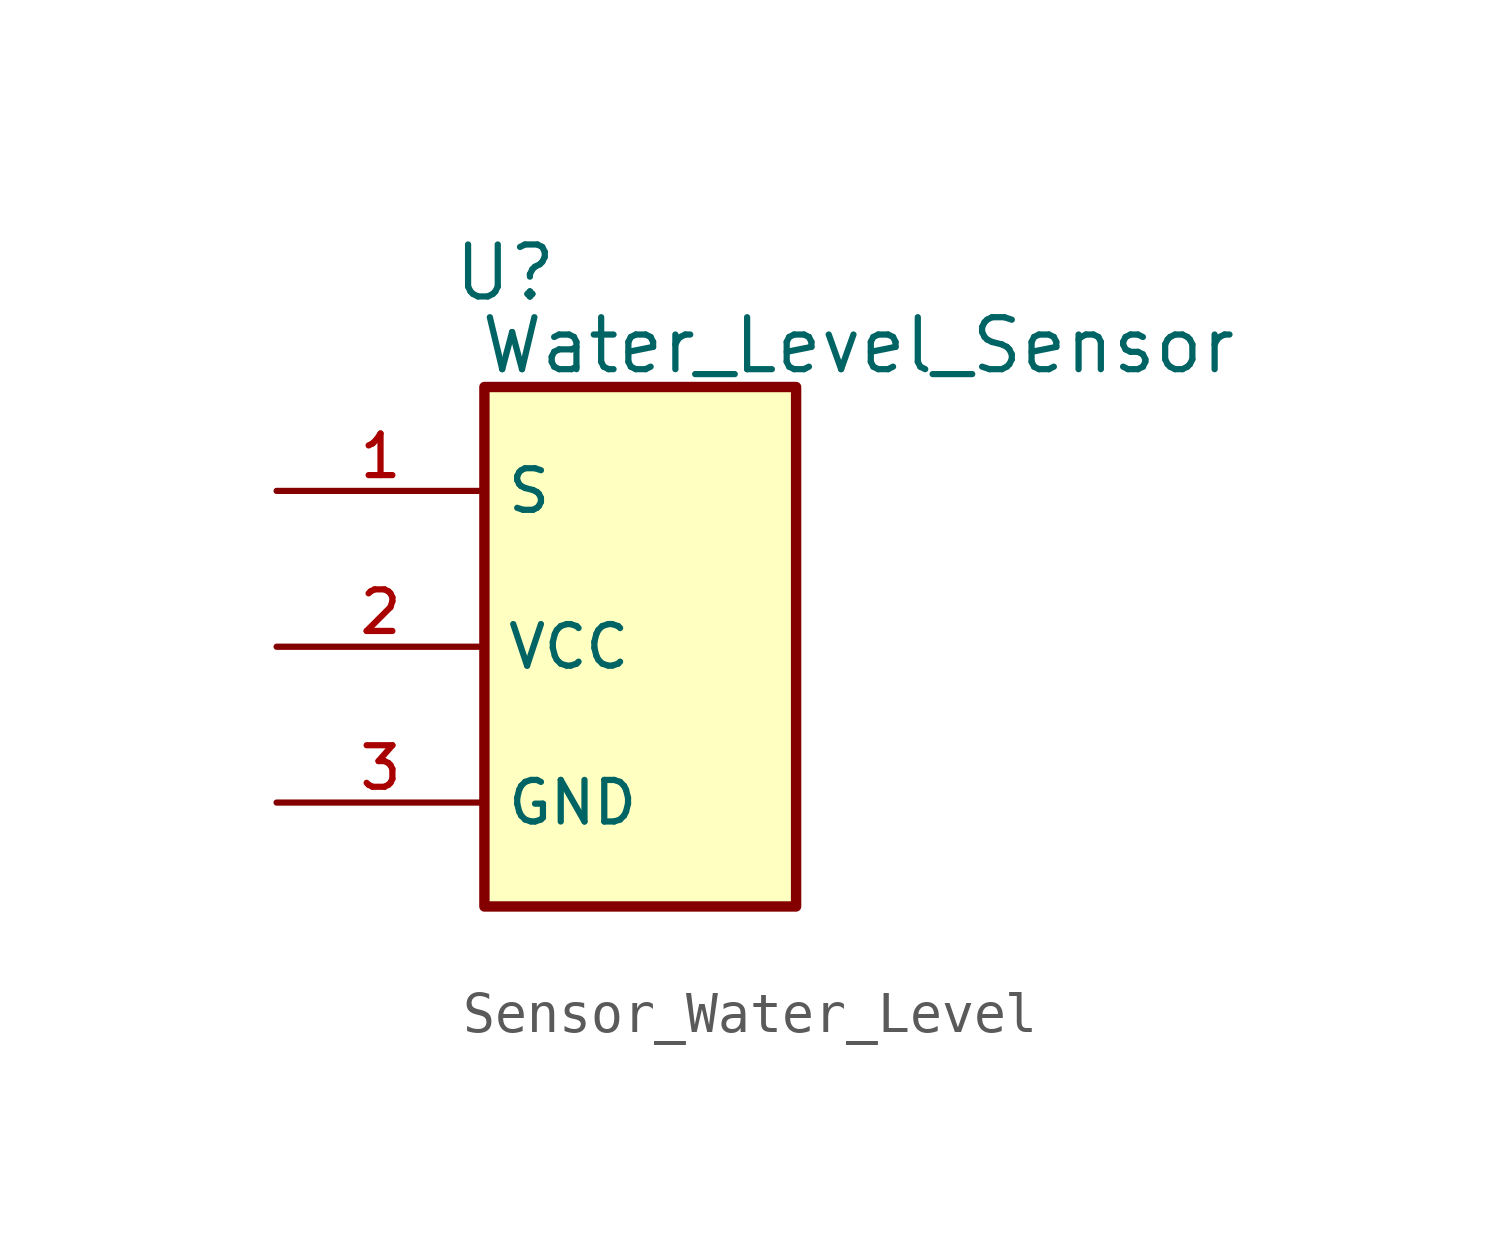
<source format=kicad_sym>
(kicad_symbol_lib
  (version 20241209)
  (generator "kicad_symbol_editor")
  (generator_version "9.0")
  (symbol "Sensor_Water_Level"
    (property "Reference" "U"
      (at -2.032 7.874 0)
      (effects (font (size 1.27 1.27))))
    (property "Value" "Water_Level_Sensor"
      (at 6.604 6.096 0)
      (effects (font (size 1.27 1.27))))
    (symbol "Sensor_Water_Level_0_1"
      (rectangle (start -2.54 5.08) (end 5.08 -7.62) (stroke (width 0.254) (type default)) (fill (type background))))
    (symbol "Sensor_Water_Level_1_0"
      (pin output line (at -7.62 2.54 0) (length 5.08) (name "S" (effects (font (size 1.016 1.016)))) (number "1" (effects (font (size 1.016 1.016)))))
      (pin power_out line (at -7.62 -1.27 0) (length 5.08) (name "VCC" (effects (font (size 1.016 1.016)))) (number "2" (effects (font (size 1.016 1.016)))))
      (pin power_out line (at -7.62 -5.08 0) (length 5.08) (name "GND" (effects (font (size 1.016 1.016)))) (number "3" (effects (font (size 1.016 1.016))))))))
</source>
